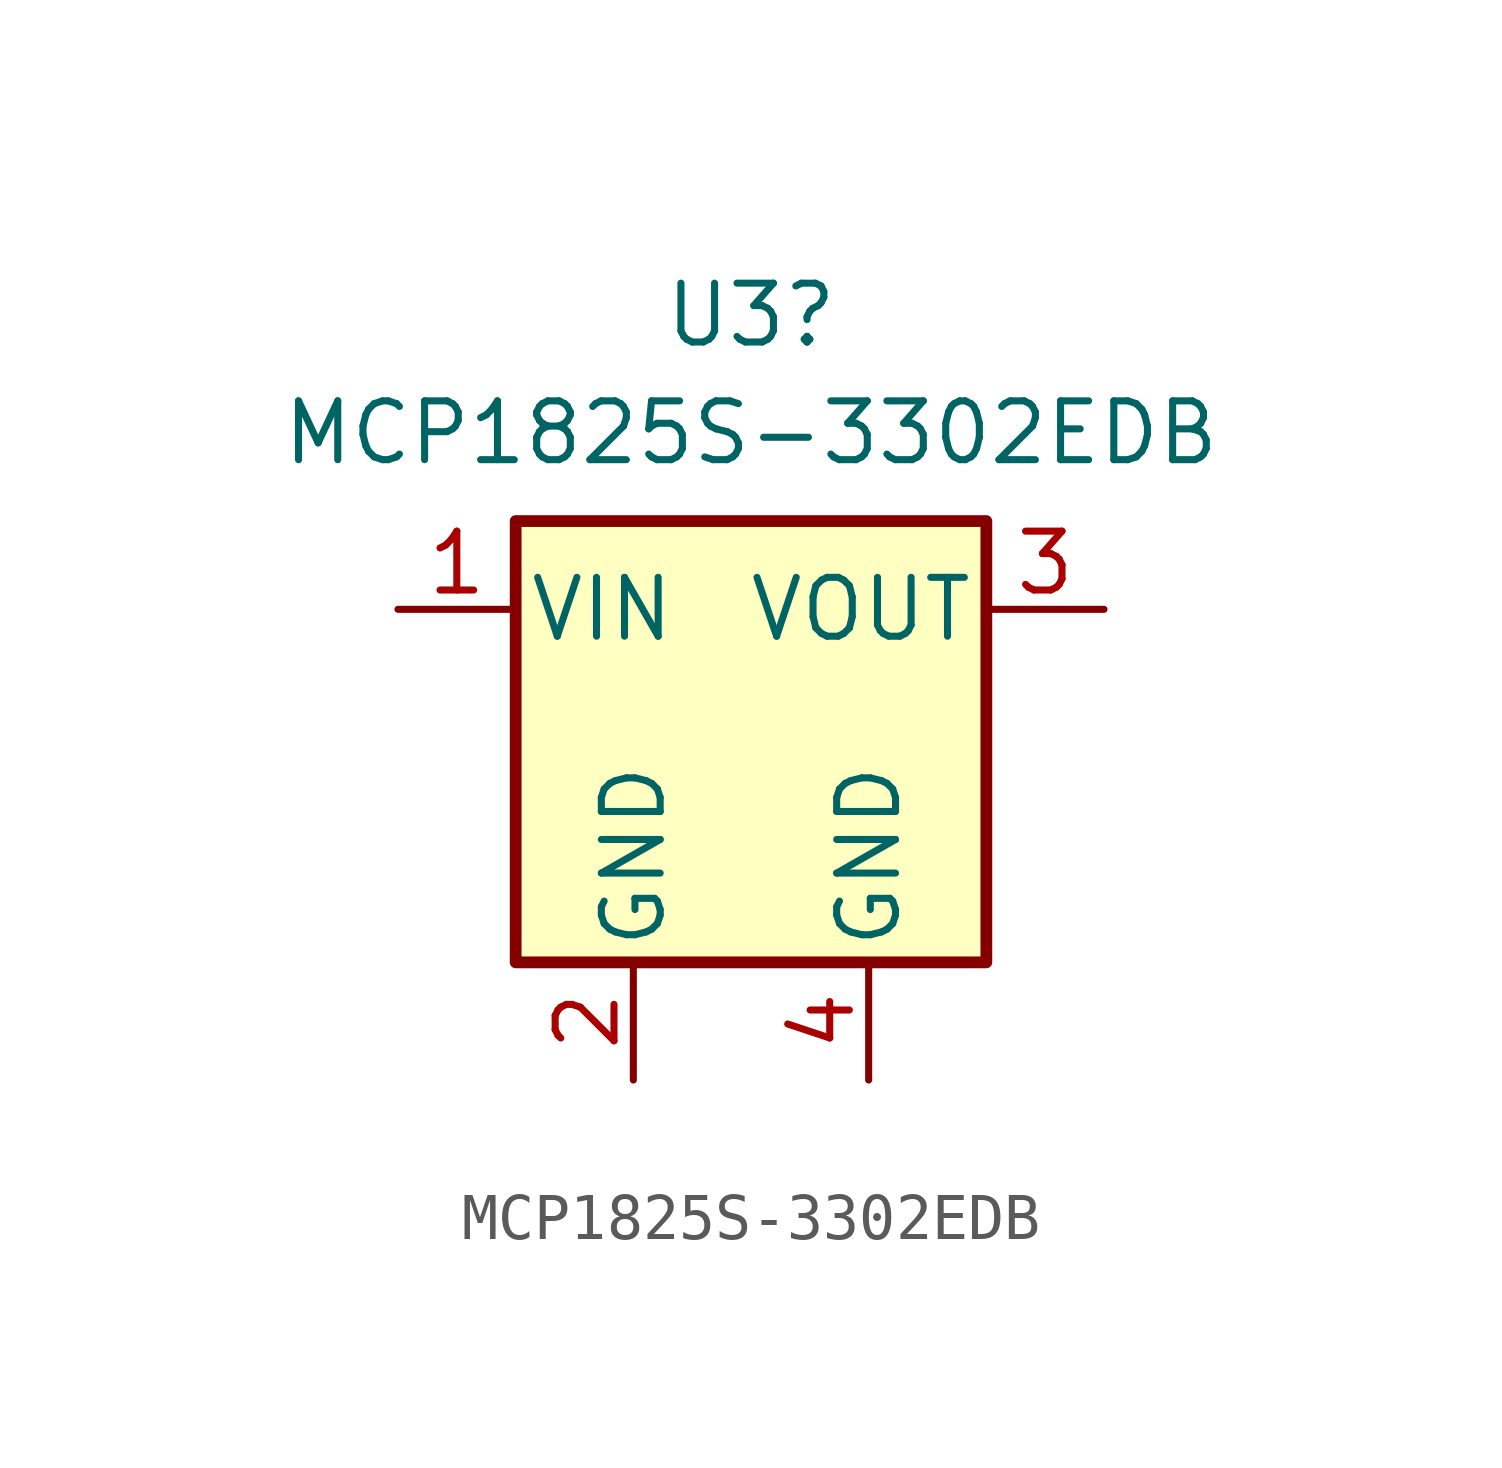
<source format=kicad_sym>
(kicad_symbol_lib
  (version 20211014)
  (generator kicad_symbol_editor)
  (symbol "MCP1825S-3302EDB"
    (pin_names
      (offset 0.254))
    (property "Reference" "U3"
      (at 0 8.89 0)
      (effects (font (size 1.27 1.27))))
    (property "Value" "MCP1825S-3302EDB"
      (at 0 6.35 0)
      (effects (font (size 1.27 1.27))))
    (symbol "MCP1825S-3302EDB_0_1"
      (rectangle (start -5.08 4.445) (end 5.08 -5.08) (stroke (width 0.254) (type default) (color 0 0 0 0)) (fill (type background))))
    (symbol "MCP1825S-3302EDB_1_1"
      (pin power_in line (at -7.62 2.54 0) (length 2.54) (name "VIN" (effects (font (size 1.27 1.27)))) (number "1" (effects (font (size 1.27 1.27)))))
      (pin power_in line (at -2.54 -7.62 90) (length 2.54) (name "GND" (effects (font (size 1.27 1.27)))) (number "2" (effects (font (size 1.27 1.27)))))
      (pin input line (at 7.62 2.54 180) (length 2.54) (name "VOUT" (effects (font (size 1.27 1.27)))) (number "3" (effects (font (size 1.27 1.27)))))
      (pin power_in line (at 2.54 -7.62 90) (length 2.54) (name "GND" (effects (font (size 1.27 1.27)))) (number "4" (effects (font (size 1.27 1.27))))))))
</source>
